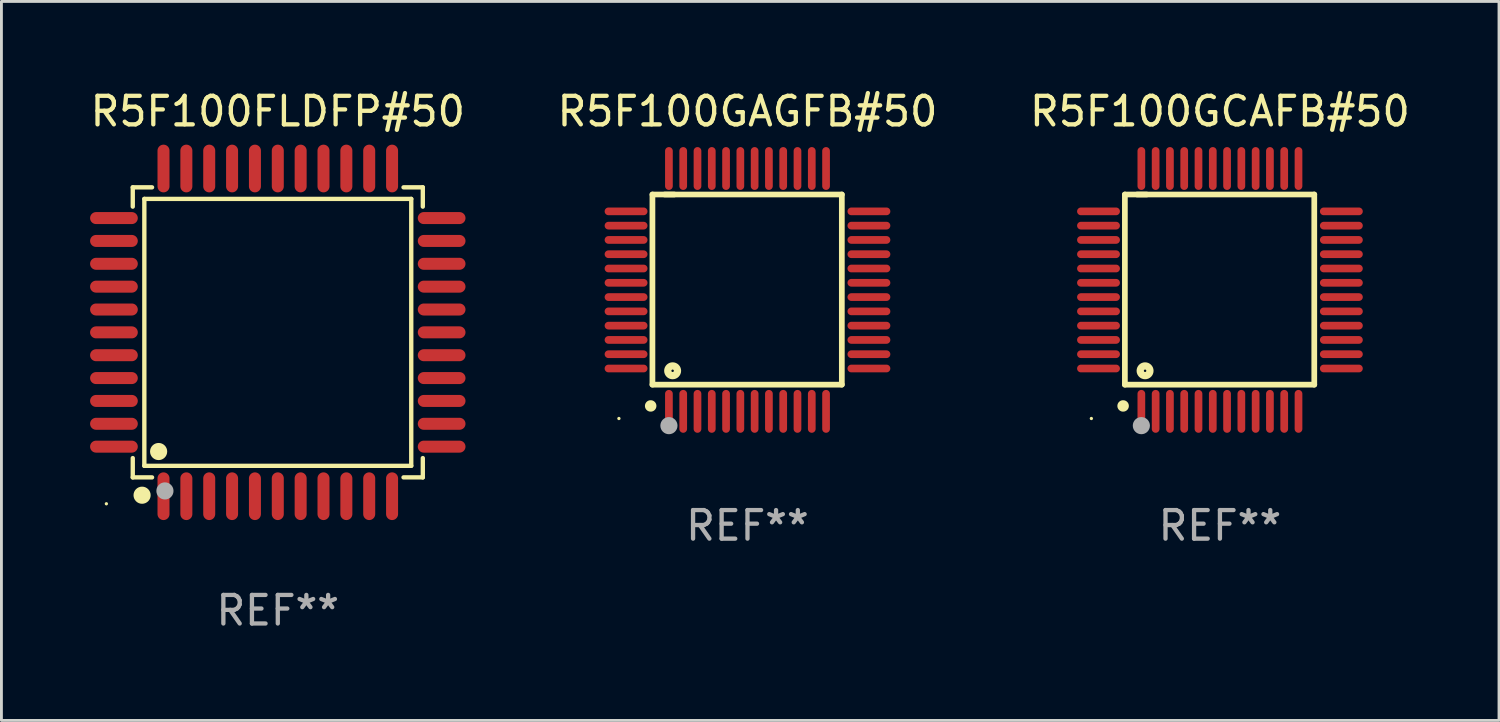
<source format=kicad_pcb>
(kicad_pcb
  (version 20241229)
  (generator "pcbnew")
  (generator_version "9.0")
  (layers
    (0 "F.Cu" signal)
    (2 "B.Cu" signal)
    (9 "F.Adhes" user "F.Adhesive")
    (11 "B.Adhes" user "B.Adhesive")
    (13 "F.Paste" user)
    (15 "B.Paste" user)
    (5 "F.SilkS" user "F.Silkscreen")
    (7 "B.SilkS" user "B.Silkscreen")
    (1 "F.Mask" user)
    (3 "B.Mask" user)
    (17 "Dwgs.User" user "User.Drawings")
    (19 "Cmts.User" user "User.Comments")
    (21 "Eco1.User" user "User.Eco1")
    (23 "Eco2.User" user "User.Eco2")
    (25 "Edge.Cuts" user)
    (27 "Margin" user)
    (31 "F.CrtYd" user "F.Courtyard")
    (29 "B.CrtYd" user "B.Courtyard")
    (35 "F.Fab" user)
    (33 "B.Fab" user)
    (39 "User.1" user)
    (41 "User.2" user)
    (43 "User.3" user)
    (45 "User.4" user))
  (footprint "R5F100FLDFP#50"
    (layer "F.Cu")
    (at 6.673 8.583)
    (property "Reference" "R5F100FLDFP#50" (at 0 -7.735 0) (layer "F.SilkS") (effects (font (size 1 1) (thickness 0.15))))
    (attr through_hole)
    (fp_line (start -5.076 -5.076) (end -4.401 -5.076) (stroke (width 0.152) (type solid)) (layer "F.SilkS"))
    (fp_line (start -5.076 -4.401) (end -5.076 -5.076) (stroke (width 0.152) (type solid)) (layer "F.SilkS"))
    (fp_line (start -5.076 4.401) (end -5.076 5.076) (stroke (width 0.152) (type solid)) (layer "F.SilkS"))
    (fp_line (start -5.076 5.076) (end -4.401 5.076) (stroke (width 0.152) (type solid)) (layer "F.SilkS"))
    (fp_line (start -4.671 -4.671) (end 4.671 -4.671) (stroke (width 0.152) (type solid)) (layer "F.SilkS"))
    (fp_line (start -4.671 4.671) (end -4.671 -4.671) (stroke (width 0.152) (type solid)) (layer "F.SilkS"))
    (fp_line (start 4.671 -4.671) (end 4.671 4.671) (stroke (width 0.152) (type solid)) (layer "F.SilkS"))
    (fp_line (start 4.671 4.671) (end -4.671 4.671) (stroke (width 0.152) (type solid)) (layer "F.SilkS"))
    (fp_line (start 5.076 -5.076) (end 4.401 -5.076) (stroke (width 0.152) (type solid)) (layer "F.SilkS"))
    (fp_line (start 5.076 -4.401) (end 5.076 -5.076) (stroke (width 0.152) (type solid)) (layer "F.SilkS"))
    (fp_line (start 5.076 4.401) (end 5.076 5.076) (stroke (width 0.152) (type solid)) (layer "F.SilkS"))
    (fp_line (start 5.076 5.076) (end 4.401 5.076) (stroke (width 0.152) (type solid)) (layer "F.SilkS"))
    (fp_circle (center -6 6) (end -5.97 6) (stroke (width 0.06) (type solid)) (fill no) (layer "F.SilkS"))
    (fp_circle (center -4.75 5.7) (end -4.6 5.7) (stroke (width 0.3) (type solid)) (fill no) (layer "F.SilkS"))
    (fp_circle (center -4.171 4.171) (end -4.021 4.171) (stroke (width 0.3) (type solid)) (fill no) (layer "F.SilkS"))
    (fp_circle (center -3.95 5.55) (end -3.8 5.55) (stroke (width 0.3) (type solid)) (fill no) (layer "F.Fab"))
    (fp_text user "REF**" (at 0 9.735 0) (layer "F.Fab") (effects (font (size 1 1) (thickness 0.15))))
    (pad "1" smd oval (at -4 5.735) (size 0.42 1.67) (layers "F.Cu" "F.Mask" "F.Paste"))
    (pad "2" smd oval (at -3.2 5.735) (size 0.42 1.67) (layers "F.Cu" "F.Mask" "F.Paste"))
    (pad "3" smd oval (at -2.4 5.735) (size 0.42 1.67) (layers "F.Cu" "F.Mask" "F.Paste"))
    (pad "4" smd oval (at -1.6 5.735) (size 0.42 1.67) (layers "F.Cu" "F.Mask" "F.Paste"))
    (pad "5" smd oval (at -0.8 5.735) (size 0.42 1.67) (layers "F.Cu" "F.Mask" "F.Paste"))
    (pad "6" smd oval (at 0 5.735) (size 0.42 1.67) (layers "F.Cu" "F.Mask" "F.Paste"))
    (pad "7" smd oval (at 0.8 5.735) (size 0.42 1.67) (layers "F.Cu" "F.Mask" "F.Paste"))
    (pad "8" smd oval (at 1.6 5.735) (size 0.42 1.67) (layers "F.Cu" "F.Mask" "F.Paste"))
    (pad "9" smd oval (at 2.4 5.735) (size 0.42 1.67) (layers "F.Cu" "F.Mask" "F.Paste"))
    (pad "10" smd oval (at 3.2 5.735) (size 0.42 1.67) (layers "F.Cu" "F.Mask" "F.Paste"))
    (pad "11" smd oval (at 4 5.735) (size 0.42 1.67) (layers "F.Cu" "F.Mask" "F.Paste"))
    (pad "12" smd oval (at 5.735 4) (size 1.67 0.42) (layers "F.Cu" "F.Mask" "F.Paste"))
    (pad "13" smd oval (at 5.735 3.2) (size 1.67 0.42) (layers "F.Cu" "F.Mask" "F.Paste"))
    (pad "14" smd oval (at 5.735 2.4) (size 1.67 0.42) (layers "F.Cu" "F.Mask" "F.Paste"))
    (pad "15" smd oval (at 5.735 1.6) (size 1.67 0.42) (layers "F.Cu" "F.Mask" "F.Paste"))
    (pad "16" smd oval (at 5.735 0.8) (size 1.67 0.42) (layers "F.Cu" "F.Mask" "F.Paste"))
    (pad "17" smd oval (at 5.735 0) (size 1.67 0.42) (layers "F.Cu" "F.Mask" "F.Paste"))
    (pad "18" smd oval (at 5.735 -0.8) (size 1.67 0.42) (layers "F.Cu" "F.Mask" "F.Paste"))
    (pad "19" smd oval (at 5.735 -1.6) (size 1.67 0.42) (layers "F.Cu" "F.Mask" "F.Paste"))
    (pad "20" smd oval (at 5.735 -2.4) (size 1.67 0.42) (layers "F.Cu" "F.Mask" "F.Paste"))
    (pad "21" smd oval (at 5.735 -3.2) (size 1.67 0.42) (layers "F.Cu" "F.Mask" "F.Paste"))
    (pad "22" smd oval (at 5.735 -4) (size 1.67 0.42) (layers "F.Cu" "F.Mask" "F.Paste"))
    (pad "23" smd oval (at 4 -5.735) (size 0.42 1.67) (layers "F.Cu" "F.Mask" "F.Paste"))
    (pad "24" smd oval (at 3.2 -5.735) (size 0.42 1.67) (layers "F.Cu" "F.Mask" "F.Paste"))
    (pad "25" smd oval (at 2.4 -5.735) (size 0.42 1.67) (layers "F.Cu" "F.Mask" "F.Paste"))
    (pad "26" smd oval (at 1.6 -5.735) (size 0.42 1.67) (layers "F.Cu" "F.Mask" "F.Paste"))
    (pad "27" smd oval (at 0.8 -5.735) (size 0.42 1.67) (layers "F.Cu" "F.Mask" "F.Paste"))
    (pad "28" smd oval (at 0 -5.735) (size 0.42 1.67) (layers "F.Cu" "F.Mask" "F.Paste"))
    (pad "29" smd oval (at -0.8 -5.735) (size 0.42 1.67) (layers "F.Cu" "F.Mask" "F.Paste"))
    (pad "30" smd oval (at -1.6 -5.735) (size 0.42 1.67) (layers "F.Cu" "F.Mask" "F.Paste"))
    (pad "31" smd oval (at -2.4 -5.735) (size 0.42 1.67) (layers "F.Cu" "F.Mask" "F.Paste"))
    (pad "32" smd oval (at -3.2 -5.735) (size 0.42 1.67) (layers "F.Cu" "F.Mask" "F.Paste"))
    (pad "33" smd oval (at -4 -5.735) (size 0.42 1.67) (layers "F.Cu" "F.Mask" "F.Paste"))
    (pad "34" smd oval (at -5.735 -4) (size 1.67 0.42) (layers "F.Cu" "F.Mask" "F.Paste"))
    (pad "35" smd oval (at -5.735 -3.2) (size 1.67 0.42) (layers "F.Cu" "F.Mask" "F.Paste"))
    (pad "36" smd oval (at -5.735 -2.4) (size 1.67 0.42) (layers "F.Cu" "F.Mask" "F.Paste"))
    (pad "37" smd oval (at -5.735 -1.6) (size 1.67 0.42) (layers "F.Cu" "F.Mask" "F.Paste"))
    (pad "38" smd oval (at -5.735 -0.8) (size 1.67 0.42) (layers "F.Cu" "F.Mask" "F.Paste"))
    (pad "39" smd oval (at -5.735 0) (size 1.67 0.42) (layers "F.Cu" "F.Mask" "F.Paste"))
    (pad "40" smd oval (at -5.735 0.8) (size 1.67 0.42) (layers "F.Cu" "F.Mask" "F.Paste"))
    (pad "41" smd oval (at -5.735 1.6) (size 1.67 0.42) (layers "F.Cu" "F.Mask" "F.Paste"))
    (pad "42" smd oval (at -5.735 2.4) (size 1.67 0.42) (layers "F.Cu" "F.Mask" "F.Paste"))
    (pad "43" smd oval (at -5.735 3.2) (size 1.67 0.42) (layers "F.Cu" "F.Mask" "F.Paste"))
    (pad "44" smd oval (at -5.735 4) (size 1.67 0.42) (layers "F.Cu" "F.Mask" "F.Paste")))
  (footprint "R5F100GCAFB#50"
    (layer "F.Cu")
    (at 39.649 7.098)
    (property "Reference" "R5F100GCAFB#50" (at 0 -6.25 0) (layer "F.SilkS") (effects (font (size 1 1) (thickness 0.15))))
    (attr through_hole)
    (fp_line (start -3.327 -3.34) (end -2.565 -3.34) (stroke (width 0.2) (type solid)) (layer "F.SilkS"))
    (fp_line (start -3.327 3.315) (end -3.327 -3.34) (stroke (width 0.2) (type solid)) (layer "F.SilkS"))
    (fp_line (start -2.896 -3.34) (end 3.302 -3.34) (stroke (width 0.2) (type solid)) (layer "F.SilkS"))
    (fp_line (start 3.302 -3.34) (end 3.302 3.315) (stroke (width 0.2) (type solid)) (layer "F.SilkS"))
    (fp_line (start 3.302 3.315) (end -3.327 3.315) (stroke (width 0.2) (type solid)) (layer "F.SilkS"))
    (fp_arc (start -3.389992 4.059995) (mid -3.388722 4.059991) (end -3.387452 4.059995) (stroke (width 0.4) (type solid)) (layer "F.SilkS"))
    (fp_circle (center -4.5 4.5) (end -4.47 4.5) (stroke (width 0.06) (type solid)) (fill no) (layer "F.SilkS"))
    (fp_circle (center -2.62 2.83) (end -2.45 2.83) (stroke (width 0.254) (type solid)) (fill no) (layer "F.SilkS"))
    (fp_circle (center -2.75 4.75) (end -2.6 4.75) (stroke (width 0.3) (type solid)) (fill no) (layer "F.Fab"))
    (fp_text user "REF**" (at 0 8.25 0) (layer "F.Fab") (effects (font (size 1 1) (thickness 0.15))))
    (pad "1" smd oval (at -2.75 4.25) (size 0.27 1.5) (layers "F.Cu" "F.Mask" "F.Paste"))
    (pad "2" smd oval (at -2.25 4.25) (size 0.27 1.5) (layers "F.Cu" "F.Mask" "F.Paste"))
    (pad "3" smd oval (at -1.75 4.25) (size 0.27 1.5) (layers "F.Cu" "F.Mask" "F.Paste"))
    (pad "4" smd oval (at -1.25 4.25) (size 0.27 1.5) (layers "F.Cu" "F.Mask" "F.Paste"))
    (pad "5" smd oval (at -0.75 4.25) (size 0.27 1.5) (layers "F.Cu" "F.Mask" "F.Paste"))
    (pad "6" smd oval (at -0.25 4.25) (size 0.27 1.5) (layers "F.Cu" "F.Mask" "F.Paste"))
    (pad "7" smd oval (at 0.25 4.25) (size 0.27 1.5) (layers "F.Cu" "F.Mask" "F.Paste"))
    (pad "8" smd oval (at 0.75 4.25) (size 0.27 1.5) (layers "F.Cu" "F.Mask" "F.Paste"))
    (pad "9" smd oval (at 1.25 4.25) (size 0.27 1.5) (layers "F.Cu" "F.Mask" "F.Paste"))
    (pad "10" smd oval (at 1.75 4.25) (size 0.27 1.5) (layers "F.Cu" "F.Mask" "F.Paste"))
    (pad "11" smd oval (at 2.25 4.25) (size 0.27 1.5) (layers "F.Cu" "F.Mask" "F.Paste"))
    (pad "12" smd oval (at 2.75 4.25) (size 0.27 1.5) (layers "F.Cu" "F.Mask" "F.Paste"))
    (pad "13" smd oval (at 4.25 2.75) (size 1.5 0.27) (layers "F.Cu" "F.Mask" "F.Paste"))
    (pad "14" smd oval (at 4.25 2.25) (size 1.5 0.27) (layers "F.Cu" "F.Mask" "F.Paste"))
    (pad "15" smd oval (at 4.25 1.75) (size 1.5 0.27) (layers "F.Cu" "F.Mask" "F.Paste"))
    (pad "16" smd oval (at 4.25 1.25) (size 1.5 0.27) (layers "F.Cu" "F.Mask" "F.Paste"))
    (pad "17" smd oval (at 4.25 0.75) (size 1.5 0.27) (layers "F.Cu" "F.Mask" "F.Paste"))
    (pad "18" smd oval (at 4.25 0.25) (size 1.5 0.27) (layers "F.Cu" "F.Mask" "F.Paste"))
    (pad "19" smd oval (at 4.25 -0.25) (size 1.5 0.27) (layers "F.Cu" "F.Mask" "F.Paste"))
    (pad "20" smd oval (at 4.25 -0.75) (size 1.5 0.27) (layers "F.Cu" "F.Mask" "F.Paste"))
    (pad "21" smd oval (at 4.25 -1.25) (size 1.5 0.27) (layers "F.Cu" "F.Mask" "F.Paste"))
    (pad "22" smd oval (at 4.25 -1.75) (size 1.5 0.27) (layers "F.Cu" "F.Mask" "F.Paste"))
    (pad "23" smd oval (at 4.25 -2.25) (size 1.5 0.27) (layers "F.Cu" "F.Mask" "F.Paste"))
    (pad "24" smd oval (at 4.25 -2.75) (size 1.5 0.27) (layers "F.Cu" "F.Mask" "F.Paste"))
    (pad "25" smd oval (at 2.75 -4.25) (size 0.27 1.5) (layers "F.Cu" "F.Mask" "F.Paste"))
    (pad "26" smd oval (at 2.25 -4.25) (size 0.27 1.5) (layers "F.Cu" "F.Mask" "F.Paste"))
    (pad "27" smd oval (at 1.75 -4.25) (size 0.27 1.5) (layers "F.Cu" "F.Mask" "F.Paste"))
    (pad "28" smd oval (at 1.25 -4.25) (size 0.27 1.5) (layers "F.Cu" "F.Mask" "F.Paste"))
    (pad "29" smd oval (at 0.75 -4.25) (size 0.27 1.5) (layers "F.Cu" "F.Mask" "F.Paste"))
    (pad "30" smd oval (at 0.25 -4.25) (size 0.27 1.5) (layers "F.Cu" "F.Mask" "F.Paste"))
    (pad "31" smd oval (at -0.25 -4.25) (size 0.27 1.5) (layers "F.Cu" "F.Mask" "F.Paste"))
    (pad "32" smd oval (at -0.75 -4.25) (size 0.27 1.5) (layers "F.Cu" "F.Mask" "F.Paste"))
    (pad "33" smd oval (at -1.25 -4.25) (size 0.27 1.5) (layers "F.Cu" "F.Mask" "F.Paste"))
    (pad "34" smd oval (at -1.75 -4.25) (size 0.27 1.5) (layers "F.Cu" "F.Mask" "F.Paste"))
    (pad "35" smd oval (at -2.25 -4.25) (size 0.27 1.5) (layers "F.Cu" "F.Mask" "F.Paste"))
    (pad "36" smd oval (at -2.75 -4.25) (size 0.27 1.5) (layers "F.Cu" "F.Mask" "F.Paste"))
    (pad "37" smd oval (at -4.25 -2.75) (size 1.5 0.27) (layers "F.Cu" "F.Mask" "F.Paste"))
    (pad "38" smd oval (at -4.25 -2.25) (size 1.5 0.27) (layers "F.Cu" "F.Mask" "F.Paste"))
    (pad "39" smd oval (at -4.25 -1.75) (size 1.5 0.27) (layers "F.Cu" "F.Mask" "F.Paste"))
    (pad "40" smd oval (at -4.25 -1.25) (size 1.5 0.27) (layers "F.Cu" "F.Mask" "F.Paste"))
    (pad "41" smd oval (at -4.25 -0.75) (size 1.5 0.27) (layers "F.Cu" "F.Mask" "F.Paste"))
    (pad "42" smd oval (at -4.25 -0.25) (size 1.5 0.27) (layers "F.Cu" "F.Mask" "F.Paste"))
    (pad "43" smd oval (at -4.25 0.25) (size 1.5 0.27) (layers "F.Cu" "F.Mask" "F.Paste"))
    (pad "44" smd oval (at -4.25 0.75) (size 1.5 0.27) (layers "F.Cu" "F.Mask" "F.Paste"))
    (pad "45" smd oval (at -4.25 1.25) (size 1.5 0.27) (layers "F.Cu" "F.Mask" "F.Paste"))
    (pad "46" smd oval (at -4.25 1.75) (size 1.5 0.27) (layers "F.Cu" "F.Mask" "F.Paste"))
    (pad "47" smd oval (at -4.25 2.25) (size 1.5 0.27) (layers "F.Cu" "F.Mask" "F.Paste"))
    (pad "48" smd oval (at -4.25 2.75) (size 1.5 0.27) (layers "F.Cu" "F.Mask" "F.Paste")))
  (footprint "R5F100GAGFB#50"
    (layer "F.Cu")
    (at 23.113 7.098)
    (property "Reference" "R5F100GAGFB#50" (at 0 -6.25 0) (layer "F.SilkS") (effects (font (size 1 1) (thickness 0.15))))
    (attr through_hole)
    (fp_line (start -3.327 -3.34) (end -2.565 -3.34) (stroke (width 0.2) (type solid)) (layer "F.SilkS"))
    (fp_line (start -3.327 3.315) (end -3.327 -3.34) (stroke (width 0.2) (type solid)) (layer "F.SilkS"))
    (fp_line (start -2.896 -3.34) (end 3.302 -3.34) (stroke (width 0.2) (type solid)) (layer "F.SilkS"))
    (fp_line (start 3.302 -3.34) (end 3.302 3.315) (stroke (width 0.2) (type solid)) (layer "F.SilkS"))
    (fp_line (start 3.302 3.315) (end -3.327 3.315) (stroke (width 0.2) (type solid)) (layer "F.SilkS"))
    (fp_arc (start -3.389992 4.059995) (mid -3.388722 4.059991) (end -3.387452 4.059995) (stroke (width 0.4) (type solid)) (layer "F.SilkS"))
    (fp_circle (center -4.5 4.5) (end -4.47 4.5) (stroke (width 0.06) (type solid)) (fill no) (layer "F.SilkS"))
    (fp_circle (center -2.62 2.83) (end -2.45 2.83) (stroke (width 0.254) (type solid)) (fill no) (layer "F.SilkS"))
    (fp_circle (center -2.75 4.75) (end -2.6 4.75) (stroke (width 0.3) (type solid)) (fill no) (layer "F.Fab"))
    (fp_text user "REF**" (at 0 8.25 0) (layer "F.Fab") (effects (font (size 1 1) (thickness 0.15))))
    (pad "1" smd oval (at -2.75 4.25) (size 0.27 1.5) (layers "F.Cu" "F.Mask" "F.Paste"))
    (pad "2" smd oval (at -2.25 4.25) (size 0.27 1.5) (layers "F.Cu" "F.Mask" "F.Paste"))
    (pad "3" smd oval (at -1.75 4.25) (size 0.27 1.5) (layers "F.Cu" "F.Mask" "F.Paste"))
    (pad "4" smd oval (at -1.25 4.25) (size 0.27 1.5) (layers "F.Cu" "F.Mask" "F.Paste"))
    (pad "5" smd oval (at -0.75 4.25) (size 0.27 1.5) (layers "F.Cu" "F.Mask" "F.Paste"))
    (pad "6" smd oval (at -0.25 4.25) (size 0.27 1.5) (layers "F.Cu" "F.Mask" "F.Paste"))
    (pad "7" smd oval (at 0.25 4.25) (size 0.27 1.5) (layers "F.Cu" "F.Mask" "F.Paste"))
    (pad "8" smd oval (at 0.75 4.25) (size 0.27 1.5) (layers "F.Cu" "F.Mask" "F.Paste"))
    (pad "9" smd oval (at 1.25 4.25) (size 0.27 1.5) (layers "F.Cu" "F.Mask" "F.Paste"))
    (pad "10" smd oval (at 1.75 4.25) (size 0.27 1.5) (layers "F.Cu" "F.Mask" "F.Paste"))
    (pad "11" smd oval (at 2.25 4.25) (size 0.27 1.5) (layers "F.Cu" "F.Mask" "F.Paste"))
    (pad "12" smd oval (at 2.75 4.25) (size 0.27 1.5) (layers "F.Cu" "F.Mask" "F.Paste"))
    (pad "13" smd oval (at 4.25 2.75) (size 1.5 0.27) (layers "F.Cu" "F.Mask" "F.Paste"))
    (pad "14" smd oval (at 4.25 2.25) (size 1.5 0.27) (layers "F.Cu" "F.Mask" "F.Paste"))
    (pad "15" smd oval (at 4.25 1.75) (size 1.5 0.27) (layers "F.Cu" "F.Mask" "F.Paste"))
    (pad "16" smd oval (at 4.25 1.25) (size 1.5 0.27) (layers "F.Cu" "F.Mask" "F.Paste"))
    (pad "17" smd oval (at 4.25 0.75) (size 1.5 0.27) (layers "F.Cu" "F.Mask" "F.Paste"))
    (pad "18" smd oval (at 4.25 0.25) (size 1.5 0.27) (layers "F.Cu" "F.Mask" "F.Paste"))
    (pad "19" smd oval (at 4.25 -0.25) (size 1.5 0.27) (layers "F.Cu" "F.Mask" "F.Paste"))
    (pad "20" smd oval (at 4.25 -0.75) (size 1.5 0.27) (layers "F.Cu" "F.Mask" "F.Paste"))
    (pad "21" smd oval (at 4.25 -1.25) (size 1.5 0.27) (layers "F.Cu" "F.Mask" "F.Paste"))
    (pad "22" smd oval (at 4.25 -1.75) (size 1.5 0.27) (layers "F.Cu" "F.Mask" "F.Paste"))
    (pad "23" smd oval (at 4.25 -2.25) (size 1.5 0.27) (layers "F.Cu" "F.Mask" "F.Paste"))
    (pad "24" smd oval (at 4.25 -2.75) (size 1.5 0.27) (layers "F.Cu" "F.Mask" "F.Paste"))
    (pad "25" smd oval (at 2.75 -4.25) (size 0.27 1.5) (layers "F.Cu" "F.Mask" "F.Paste"))
    (pad "26" smd oval (at 2.25 -4.25) (size 0.27 1.5) (layers "F.Cu" "F.Mask" "F.Paste"))
    (pad "27" smd oval (at 1.75 -4.25) (size 0.27 1.5) (layers "F.Cu" "F.Mask" "F.Paste"))
    (pad "28" smd oval (at 1.25 -4.25) (size 0.27 1.5) (layers "F.Cu" "F.Mask" "F.Paste"))
    (pad "29" smd oval (at 0.75 -4.25) (size 0.27 1.5) (layers "F.Cu" "F.Mask" "F.Paste"))
    (pad "30" smd oval (at 0.25 -4.25) (size 0.27 1.5) (layers "F.Cu" "F.Mask" "F.Paste"))
    (pad "31" smd oval (at -0.25 -4.25) (size 0.27 1.5) (layers "F.Cu" "F.Mask" "F.Paste"))
    (pad "32" smd oval (at -0.75 -4.25) (size 0.27 1.5) (layers "F.Cu" "F.Mask" "F.Paste"))
    (pad "33" smd oval (at -1.25 -4.25) (size 0.27 1.5) (layers "F.Cu" "F.Mask" "F.Paste"))
    (pad "34" smd oval (at -1.75 -4.25) (size 0.27 1.5) (layers "F.Cu" "F.Mask" "F.Paste"))
    (pad "35" smd oval (at -2.25 -4.25) (size 0.27 1.5) (layers "F.Cu" "F.Mask" "F.Paste"))
    (pad "36" smd oval (at -2.75 -4.25) (size 0.27 1.5) (layers "F.Cu" "F.Mask" "F.Paste"))
    (pad "37" smd oval (at -4.25 -2.75) (size 1.5 0.27) (layers "F.Cu" "F.Mask" "F.Paste"))
    (pad "38" smd oval (at -4.25 -2.25) (size 1.5 0.27) (layers "F.Cu" "F.Mask" "F.Paste"))
    (pad "39" smd oval (at -4.25 -1.75) (size 1.5 0.27) (layers "F.Cu" "F.Mask" "F.Paste"))
    (pad "40" smd oval (at -4.25 -1.25) (size 1.5 0.27) (layers "F.Cu" "F.Mask" "F.Paste"))
    (pad "41" smd oval (at -4.25 -0.75) (size 1.5 0.27) (layers "F.Cu" "F.Mask" "F.Paste"))
    (pad "42" smd oval (at -4.25 -0.25) (size 1.5 0.27) (layers "F.Cu" "F.Mask" "F.Paste"))
    (pad "43" smd oval (at -4.25 0.25) (size 1.5 0.27) (layers "F.Cu" "F.Mask" "F.Paste"))
    (pad "44" smd oval (at -4.25 0.75) (size 1.5 0.27) (layers "F.Cu" "F.Mask" "F.Paste"))
    (pad "45" smd oval (at -4.25 1.25) (size 1.5 0.27) (layers "F.Cu" "F.Mask" "F.Paste"))
    (pad "46" smd oval (at -4.25 1.75) (size 1.5 0.27) (layers "F.Cu" "F.Mask" "F.Paste"))
    (pad "47" smd oval (at -4.25 2.25) (size 1.5 0.27) (layers "F.Cu" "F.Mask" "F.Paste"))
    (pad "48" smd oval (at -4.25 2.75) (size 1.5 0.27) (layers "F.Cu" "F.Mask" "F.Paste")))
  (gr_rect
    (start -3 -3)
    (end 49.417 22.167)
    (stroke (width 0.1) (type default))
    (fill no)
    (layer "Edge.Cuts")))
</source>
